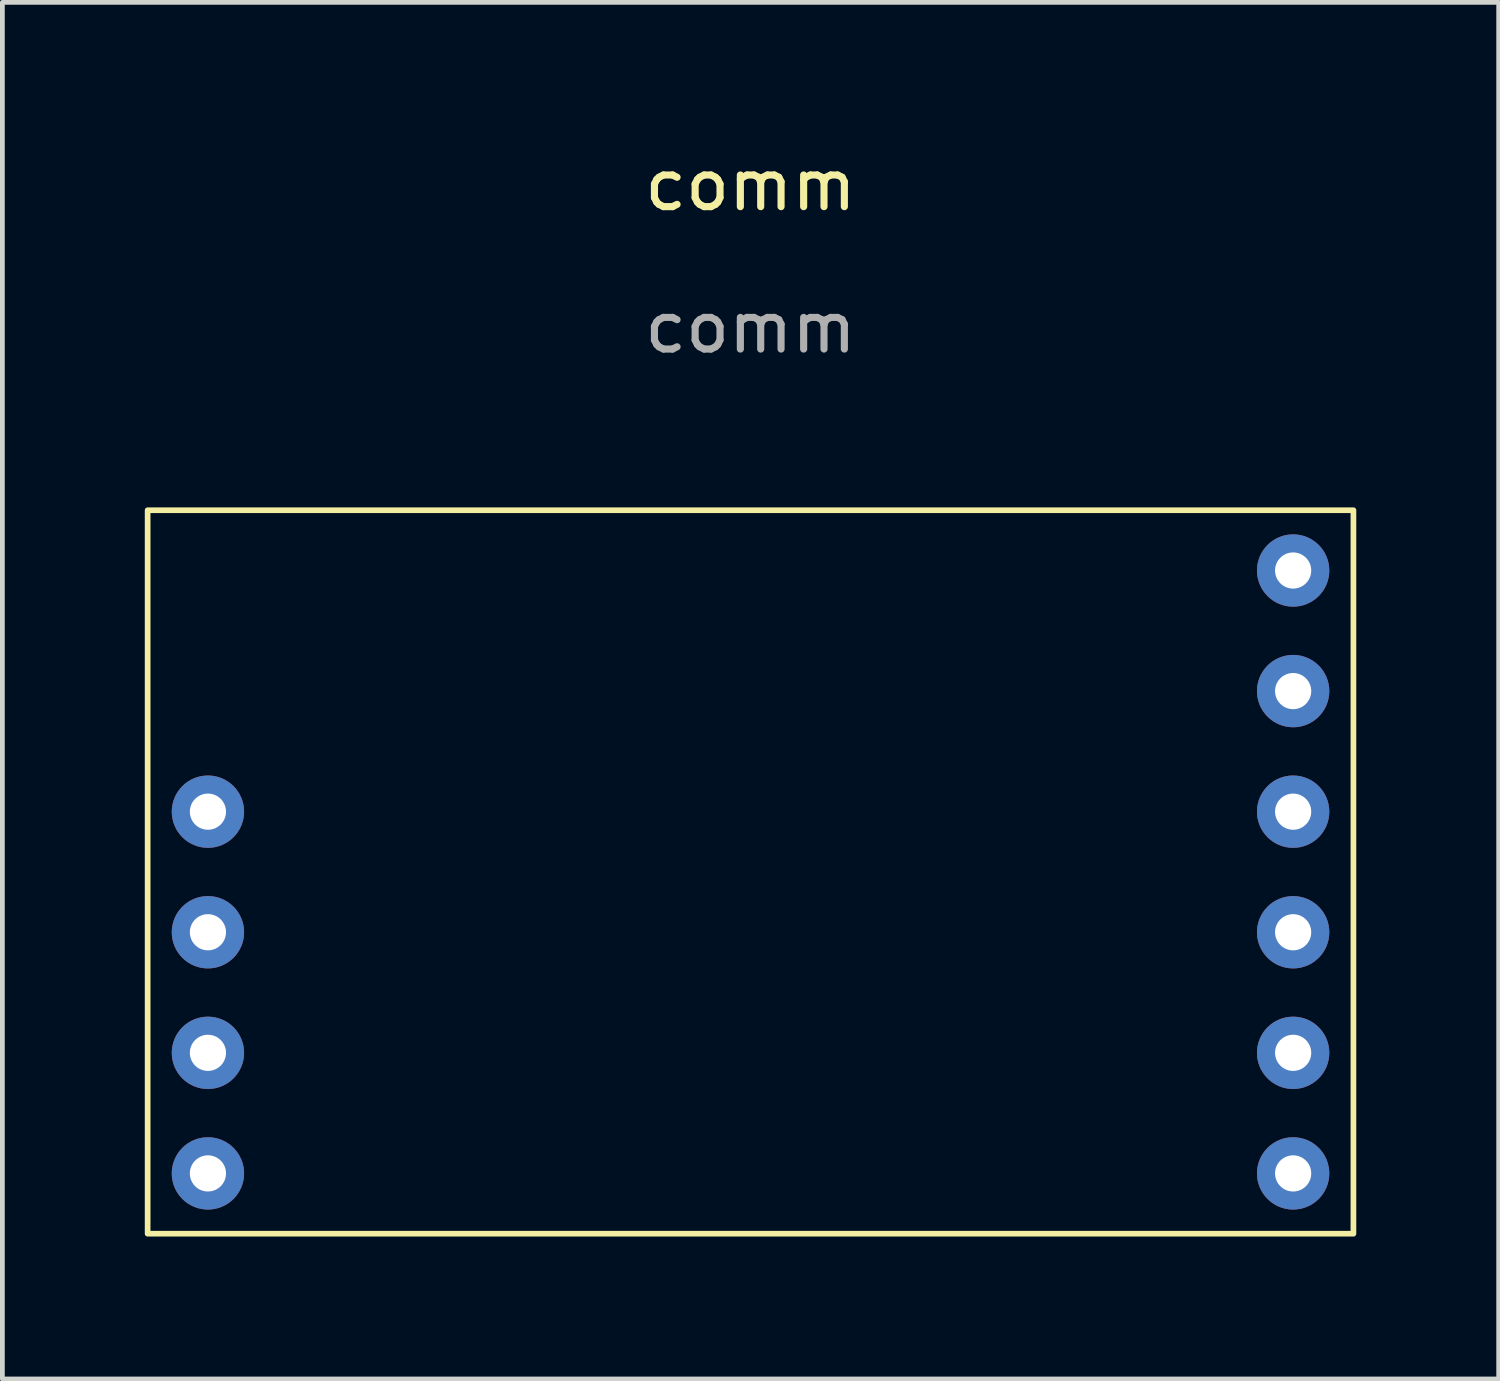
<source format=kicad_pcb>
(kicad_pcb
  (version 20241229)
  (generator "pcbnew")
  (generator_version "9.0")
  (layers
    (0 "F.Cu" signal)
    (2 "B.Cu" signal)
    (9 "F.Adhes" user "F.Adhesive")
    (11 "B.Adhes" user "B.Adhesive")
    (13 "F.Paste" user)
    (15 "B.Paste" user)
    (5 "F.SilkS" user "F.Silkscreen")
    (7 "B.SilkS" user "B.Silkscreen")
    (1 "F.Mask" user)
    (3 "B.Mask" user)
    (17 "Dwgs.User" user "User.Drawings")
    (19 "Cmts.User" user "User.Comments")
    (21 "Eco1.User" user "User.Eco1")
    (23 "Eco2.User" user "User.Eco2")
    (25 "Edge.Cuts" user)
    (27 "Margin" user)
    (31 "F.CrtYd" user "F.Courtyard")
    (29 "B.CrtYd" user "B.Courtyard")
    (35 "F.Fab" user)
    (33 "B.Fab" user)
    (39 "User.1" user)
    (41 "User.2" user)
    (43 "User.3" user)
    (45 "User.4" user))
  (footprint "comm"
    (layer "F.Cu")
    (at 12.76 1.348)
    (property "Reference" "comm" (at 0 -0.5 0) (unlocked yes) (layer "F.SilkS") (effects (font (size 1 1) (thickness 0.15))))
    (attr through_hole)
    (fp_rect (start -12.7 21.59) (end 12.7 6.35) (stroke (width 0.12) (type solid)) (fill no) (layer "F.SilkS"))
    (fp_text user "${REFERENCE}" (at 0 2.5 0) (unlocked yes) (layer "F.Fab") (effects (font (size 1 1) (thickness 0.15))))
    (pad "1" thru_hole circle (at -11.43 12.7) (size 1.524 1.524) (drill 0.762) (layers "*.Cu" "*.Mask"))
    (pad "2" thru_hole circle (at -11.43 15.24) (size 1.524 1.524) (drill 0.762) (layers "*.Cu" "*.Mask"))
    (pad "3" thru_hole circle (at -11.43 17.78) (size 1.524 1.524) (drill 0.762) (layers "*.Cu" "*.Mask"))
    (pad "4" thru_hole circle (at -11.43 20.32) (size 1.524 1.524) (drill 0.762) (layers "*.Cu" "*.Mask"))
    (pad "5" thru_hole circle (at 11.43 7.62) (size 1.524 1.524) (drill 0.762) (layers "*.Cu" "*.Mask"))
    (pad "6" thru_hole circle (at 11.43 10.16) (size 1.524 1.524) (drill 0.762) (layers "*.Cu" "*.Mask"))
    (pad "7" thru_hole circle (at 11.43 12.7) (size 1.524 1.524) (drill 0.762) (layers "*.Cu" "*.Mask"))
    (pad "8" thru_hole circle (at 11.43 15.24) (size 1.524 1.524) (drill 0.762) (layers "*.Cu" "*.Mask"))
    (pad "9" thru_hole circle (at 11.43 17.78) (size 1.524 1.524) (drill 0.762) (layers "*.Cu" "*.Mask"))
    (pad "10" thru_hole circle (at 11.43 20.32) (size 1.524 1.524) (drill 0.762) (layers "*.Cu" "*.Mask")))
  (gr_rect
    (start -3 -3)
    (end 28.52 25.998)
    (stroke (width 0.1) (type default))
    (fill no)
    (layer "Edge.Cuts")))
</source>
